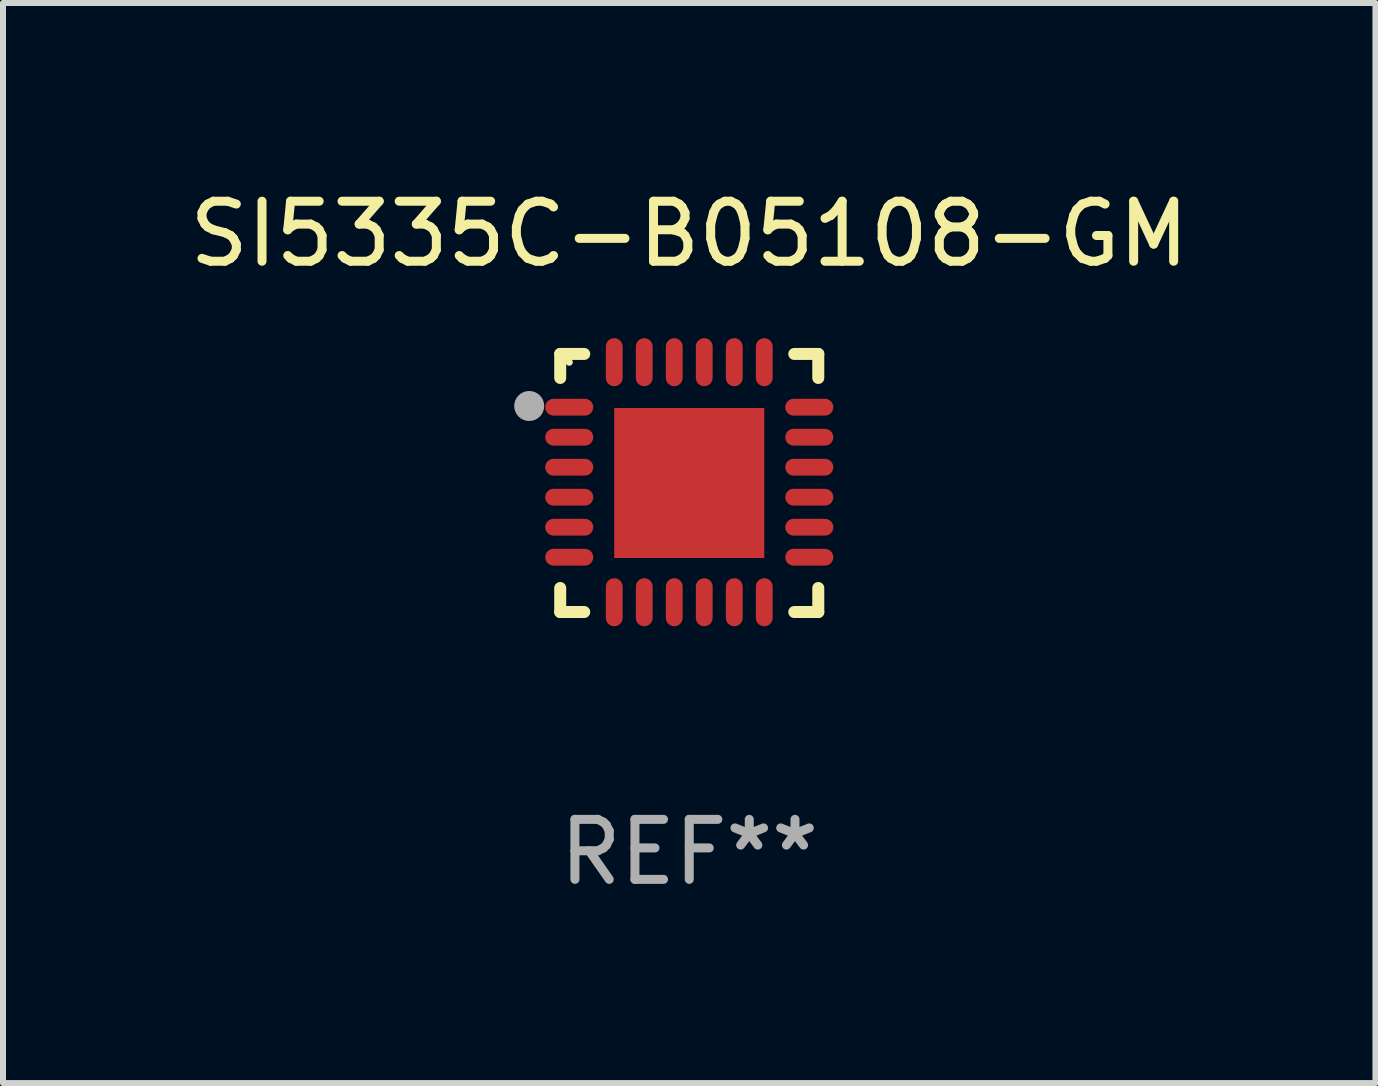
<source format=kicad_pcb>
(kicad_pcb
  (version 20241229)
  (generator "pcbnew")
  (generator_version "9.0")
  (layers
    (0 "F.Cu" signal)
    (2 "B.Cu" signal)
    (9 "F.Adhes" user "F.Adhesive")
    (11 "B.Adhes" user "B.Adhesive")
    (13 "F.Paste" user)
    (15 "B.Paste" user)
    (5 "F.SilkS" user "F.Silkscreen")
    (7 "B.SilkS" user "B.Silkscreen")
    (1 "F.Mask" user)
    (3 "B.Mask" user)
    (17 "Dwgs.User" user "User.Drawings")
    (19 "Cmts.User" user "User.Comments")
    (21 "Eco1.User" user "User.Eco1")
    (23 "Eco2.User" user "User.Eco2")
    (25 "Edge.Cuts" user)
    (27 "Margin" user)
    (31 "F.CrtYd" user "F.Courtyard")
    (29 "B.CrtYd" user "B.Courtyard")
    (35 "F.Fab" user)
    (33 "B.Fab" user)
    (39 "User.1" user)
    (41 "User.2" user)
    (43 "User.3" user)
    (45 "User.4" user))
  (footprint "SI5335C-B05108-GM"
    (layer "F.Cu")
    (at 8.435 4.998)
    (property "Reference" "SI5335C-B05108-GM" (at 0 -4.15 0) (layer "F.SilkS") (effects (font (size 1 1) (thickness 0.15))))
    (attr through_hole)
    (fp_line (start -2.15 -2.15) (end -1.75 -2.15) (stroke (width 0.2) (type solid)) (layer "F.SilkS"))
    (fp_line (start -2.15 -1.75) (end -2.15 -2.15) (stroke (width 0.2) (type solid)) (layer "F.SilkS"))
    (fp_line (start -2.15 2.15) (end -2.15 1.75) (stroke (width 0.2) (type solid)) (layer "F.SilkS"))
    (fp_line (start -1.75 2.15) (end -2.15 2.15) (stroke (width 0.2) (type solid)) (layer "F.SilkS"))
    (fp_line (start 1.75 -2.15) (end 2.15 -2.15) (stroke (width 0.2) (type solid)) (layer "F.SilkS"))
    (fp_line (start 1.75 2.15) (end 2.15 2.15) (stroke (width 0.2) (type solid)) (layer "F.SilkS"))
    (fp_line (start 2.15 -2.15) (end 2.15 -1.75) (stroke (width 0.2) (type solid)) (layer "F.SilkS"))
    (fp_line (start 2.15 2.15) (end 2.15 1.75) (stroke (width 0.2) (type solid)) (layer "F.SilkS"))
    (fp_circle (center -2 -2.013) (end -1.97 -2.013) (stroke (width 0.06) (type solid)) (fill no) (layer "F.SilkS"))
    (fp_circle (center -2.667 -1.283) (end -2.542 -1.283) (stroke (width 0.25) (type solid)) (fill no) (layer "F.Fab"))
    (fp_text user "REF**" (at 0 6.15 0) (layer "F.Fab") (effects (font (size 1 1) (thickness 0.15))))
    (pad "1" smd oval (at -2 -1.263) (size 0.8 0.28) (layers "F.Cu" "F.Mask" "F.Paste"))
    (pad "2" smd oval (at -2 -0.763) (size 0.8 0.28) (layers "F.Cu" "F.Mask" "F.Paste"))
    (pad "3" smd oval (at -2 -0.263) (size 0.8 0.28) (layers "F.Cu" "F.Mask" "F.Paste"))
    (pad "4" smd oval (at -2 0.237) (size 0.8 0.28) (layers "F.Cu" "F.Mask" "F.Paste"))
    (pad "5" smd oval (at -2 0.737) (size 0.8 0.28) (layers "F.Cu" "F.Mask" "F.Paste"))
    (pad "6" smd oval (at -2 1.237) (size 0.8 0.28) (layers "F.Cu" "F.Mask" "F.Paste"))
    (pad "7" smd oval (at -1.25 1.987) (size 0.28 0.8) (layers "F.Cu" "F.Mask" "F.Paste"))
    (pad "8" smd oval (at -0.75 1.987) (size 0.28 0.8) (layers "F.Cu" "F.Mask" "F.Paste"))
    (pad "9" smd oval (at -0.25 1.987) (size 0.28 0.8) (layers "F.Cu" "F.Mask" "F.Paste"))
    (pad "10" smd oval (at 0.25 1.987) (size 0.28 0.8) (layers "F.Cu" "F.Mask" "F.Paste"))
    (pad "11" smd oval (at 0.75 1.987) (size 0.28 0.8) (layers "F.Cu" "F.Mask" "F.Paste"))
    (pad "12" smd oval (at 1.25 1.987) (size 0.28 0.8) (layers "F.Cu" "F.Mask" "F.Paste"))
    (pad "13" smd oval (at 2 1.237) (size 0.8 0.28) (layers "F.Cu" "F.Mask" "F.Paste"))
    (pad "14" smd oval (at 2 0.737) (size 0.8 0.28) (layers "F.Cu" "F.Mask" "F.Paste"))
    (pad "15" smd oval (at 2 0.237) (size 0.8 0.28) (layers "F.Cu" "F.Mask" "F.Paste"))
    (pad "16" smd oval (at 2 -0.263) (size 0.8 0.28) (layers "F.Cu" "F.Mask" "F.Paste"))
    (pad "17" smd oval (at 2 -0.763) (size 0.8 0.28) (layers "F.Cu" "F.Mask" "F.Paste"))
    (pad "18" smd oval (at 2 -1.263) (size 0.8 0.28) (layers "F.Cu" "F.Mask" "F.Paste"))
    (pad "19" smd oval (at 1.25 -2.013) (size 0.28 0.8) (layers "F.Cu" "F.Mask" "F.Paste"))
    (pad "20" smd oval (at 0.75 -2.013) (size 0.28 0.8) (layers "F.Cu" "F.Mask" "F.Paste"))
    (pad "21" smd oval (at 0.25 -2.013) (size 0.28 0.8) (layers "F.Cu" "F.Mask" "F.Paste"))
    (pad "22" smd oval (at -0.25 -2.013) (size 0.28 0.8) (layers "F.Cu" "F.Mask" "F.Paste"))
    (pad "23" smd oval (at -0.75 -2.013) (size 0.28 0.8) (layers "F.Cu" "F.Mask" "F.Paste"))
    (pad "24" smd oval (at -1.25 -2.013) (size 0.28 0.8) (layers "F.Cu" "F.Mask" "F.Paste"))
    (pad "25" smd rect (at -0.000127 -0.00014) (size 2.5 2.5) (layers "F.Cu" "F.Mask" "F.Paste")))
  (gr_rect
    (start -3 -3)
    (end 19.869 14.997)
    (stroke (width 0.1) (type default))
    (fill no)
    (layer "Edge.Cuts")))
</source>
